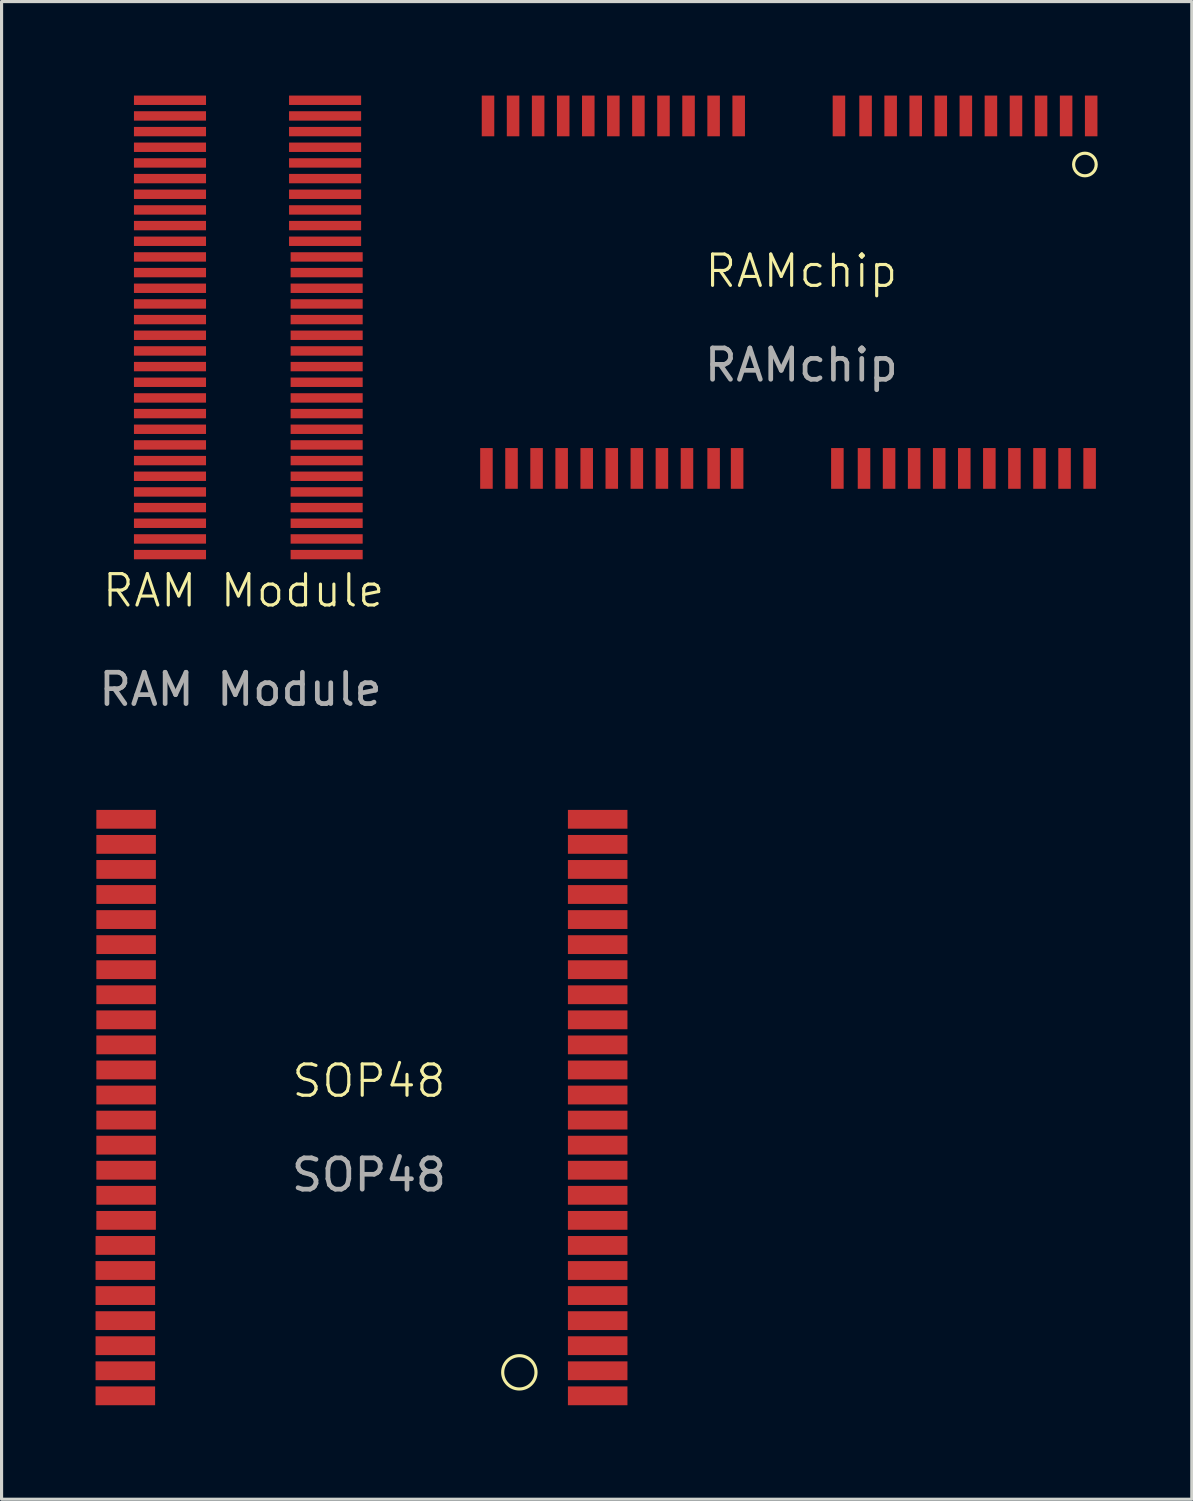
<source format=kicad_pcb>
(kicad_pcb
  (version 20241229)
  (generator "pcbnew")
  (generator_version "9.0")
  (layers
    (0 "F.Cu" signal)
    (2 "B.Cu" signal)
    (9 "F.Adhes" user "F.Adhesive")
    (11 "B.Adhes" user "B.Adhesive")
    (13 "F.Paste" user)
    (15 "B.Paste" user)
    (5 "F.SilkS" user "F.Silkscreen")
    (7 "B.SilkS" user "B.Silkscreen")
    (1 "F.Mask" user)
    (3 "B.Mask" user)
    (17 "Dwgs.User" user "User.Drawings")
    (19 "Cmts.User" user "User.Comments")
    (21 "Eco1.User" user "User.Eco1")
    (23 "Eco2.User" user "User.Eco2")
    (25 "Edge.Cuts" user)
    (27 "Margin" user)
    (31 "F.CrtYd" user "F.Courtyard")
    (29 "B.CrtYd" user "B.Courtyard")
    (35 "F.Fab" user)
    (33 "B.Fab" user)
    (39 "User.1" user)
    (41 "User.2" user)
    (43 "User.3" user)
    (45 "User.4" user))
  (footprint "SOP48"
    (layer "F.Cu")
    (at 8.725 31.948)
    (property "Reference" "SOP48" (at 0 -0.5 0) (unlocked yes) (layer "F.SilkS") (effects (font (size 1 1) (thickness 0.1))))
    (attr smd)
    (fp_circle (center 4.8 8.8) (end 5.2 9.15) (stroke (width 0.1) (type default)) (fill no) (layer "F.SilkS"))
    (fp_text user "${REFERENCE}" (at 0 2.5 0) (unlocked yes) (layer "F.Fab") (effects (font (size 1 1) (thickness 0.15))))
    (pad "1" smd rect (at 7.3 9.55 90) (size 0.6 1.9) (layers "F.Cu" "F.Mask" "F.Paste"))
    (pad "2" smd rect (at 7.3 8.75 90) (size 0.6 1.9) (layers "F.Cu" "F.Mask" "F.Paste"))
    (pad "3" smd rect (at 7.3 7.95 90) (size 0.6 1.9) (layers "F.Cu" "F.Mask" "F.Paste"))
    (pad "4" smd rect (at 7.3 7.15 90) (size 0.6 1.9) (layers "F.Cu" "F.Mask" "F.Paste"))
    (pad "5" smd rect (at 7.3 6.35 90) (size 0.6 1.9) (layers "F.Cu" "F.Mask" "F.Paste"))
    (pad "6" smd rect (at 7.3 5.55 90) (size 0.6 1.9) (layers "F.Cu" "F.Mask" "F.Paste"))
    (pad "7" smd rect (at 7.3 4.75 90) (size 0.6 1.9) (layers "F.Cu" "F.Mask" "F.Paste"))
    (pad "8" smd rect (at 7.3 3.95 90) (size 0.6 1.9) (layers "F.Cu" "F.Mask" "F.Paste"))
    (pad "9" smd rect (at 7.3 3.15 90) (size 0.6 1.9) (layers "F.Cu" "F.Mask" "F.Paste"))
    (pad "10" smd rect (at 7.3 2.35 90) (size 0.6 1.9) (layers "F.Cu" "F.Mask" "F.Paste"))
    (pad "11" smd rect (at 7.3 1.55 90) (size 0.6 1.9) (layers "F.Cu" "F.Mask" "F.Paste"))
    (pad "12" smd rect (at 7.3 0.75 90) (size 0.6 1.9) (layers "F.Cu" "F.Mask" "F.Paste"))
    (pad "13" smd rect (at 7.3 -0.05 90) (size 0.6 1.9) (layers "F.Cu" "F.Mask" "F.Paste"))
    (pad "14" smd rect (at 7.3 -0.85 90) (size 0.6 1.9) (layers "F.Cu" "F.Mask" "F.Paste"))
    (pad "15" smd rect (at 7.3 -1.65 90) (size 0.6 1.9) (layers "F.Cu" "F.Mask" "F.Paste"))
    (pad "16" smd rect (at 7.3 -2.45 90) (size 0.6 1.9) (layers "F.Cu" "F.Mask" "F.Paste"))
    (pad "17" smd rect (at 7.3 -3.25 90) (size 0.6 1.9) (layers "F.Cu" "F.Mask" "F.Paste"))
    (pad "18" smd rect (at 7.3 -4.05 90) (size 0.6 1.9) (layers "F.Cu" "F.Mask" "F.Paste"))
    (pad "19" smd rect (at 7.3 -4.85 90) (size 0.6 1.9) (layers "F.Cu" "F.Mask" "F.Paste"))
    (pad "20" smd rect (at 7.3 -5.65 90) (size 0.6 1.9) (layers "F.Cu" "F.Mask" "F.Paste"))
    (pad "21" smd rect (at 7.3 -6.45 90) (size 0.6 1.9) (layers "F.Cu" "F.Mask" "F.Paste"))
    (pad "22" smd rect (at 7.3 -7.25 90) (size 0.6 1.9) (layers "F.Cu" "F.Mask" "F.Paste"))
    (pad "23" smd rect (at 7.3 -8.05 90) (size 0.6 1.9) (layers "F.Cu" "F.Mask" "F.Paste"))
    (pad "24" smd rect (at 7.3 -8.85 90) (size 0.6 1.9) (layers "F.Cu" "F.Mask" "F.Paste"))
    (pad "25" smd rect (at -7.75 -8.85 90) (size 0.6 1.9) (layers "F.Cu" "F.Mask" "F.Paste"))
    (pad "26" smd rect (at -7.75 -8.05 90) (size 0.6 1.9) (layers "F.Cu" "F.Mask" "F.Paste"))
    (pad "27" smd rect (at -7.75 -7.25 90) (size 0.6 1.9) (layers "F.Cu" "F.Mask" "F.Paste"))
    (pad "28" smd rect (at -7.75 -6.45 90) (size 0.6 1.9) (layers "F.Cu" "F.Mask" "F.Paste"))
    (pad "29" smd rect (at -7.75 -5.65 90) (size 0.6 1.9) (layers "F.Cu" "F.Mask" "F.Paste"))
    (pad "30" smd rect (at -7.75 -4.85 90) (size 0.6 1.9) (layers "F.Cu" "F.Mask" "F.Paste"))
    (pad "31" smd rect (at -7.75 -4.05 90) (size 0.6 1.9) (layers "F.Cu" "F.Mask" "F.Paste"))
    (pad "32" smd rect (at -7.75 -3.25 90) (size 0.6 1.9) (layers "F.Cu" "F.Mask" "F.Paste"))
    (pad "33" smd rect (at -7.75 -2.45 90) (size 0.6 1.9) (layers "F.Cu" "F.Mask" "F.Paste"))
    (pad "34" smd rect (at -7.75 -1.65 90) (size 0.6 1.9) (layers "F.Cu" "F.Mask" "F.Paste"))
    (pad "35" smd rect (at -7.75 -0.85 90) (size 0.6 1.9) (layers "F.Cu" "F.Mask" "F.Paste"))
    (pad "36" smd rect (at -7.75 -0.05 90) (size 0.6 1.9) (layers "F.Cu" "F.Mask" "F.Paste"))
    (pad "37" smd rect (at -7.75 0.75 90) (size 0.6 1.9) (layers "F.Cu" "F.Mask" "F.Paste"))
    (pad "38" smd rect (at -7.75 1.55 90) (size 0.6 1.9) (layers "F.Cu" "F.Mask" "F.Paste"))
    (pad "39" smd rect (at -7.75 2.35 90) (size 0.6 1.9) (layers "F.Cu" "F.Mask" "F.Paste"))
    (pad "40" smd rect (at -7.75 3.15 90) (size 0.6 1.9) (layers "F.Cu" "F.Mask" "F.Paste"))
    (pad "41" smd rect (at -7.75 3.95 90) (size 0.6 1.9) (layers "F.Cu" "F.Mask" "F.Paste"))
    (pad "42" smd rect (at -7.775 4.75 90) (size 0.6 1.9) (layers "F.Cu" "F.Mask" "F.Paste"))
    (pad "43" smd rect (at -7.775 5.55 90) (size 0.6 1.9) (layers "F.Cu" "F.Mask" "F.Paste"))
    (pad "44" smd rect (at -7.775 6.35 90) (size 0.6 1.9) (layers "F.Cu" "F.Mask" "F.Paste"))
    (pad "45" smd rect (at -7.775 7.15 90) (size 0.6 1.9) (layers "F.Cu" "F.Mask" "F.Paste"))
    (pad "46" smd rect (at -7.775 7.95 90) (size 0.6 1.9) (layers "F.Cu" "F.Mask" "F.Paste"))
    (pad "47" smd rect (at -7.775 8.75 90) (size 0.6 1.9) (layers "F.Cu" "F.Mask" "F.Paste"))
    (pad "48" smd rect (at -7.775 9.55 90) (size 0.6 1.9) (layers "F.Cu" "F.Mask" "F.Paste")))
  (footprint "RAMchip"
    (layer "F.Cu")
    (at 22.525 6.1)
    (property "Reference" "RAMchip" (at 0 -0.5 0) (unlocked yes) (layer "F.SilkS") (effects (font (size 1 1) (thickness 0.1))))
    (attr smd)
    (fp_circle (center 9.05 -3.9) (end 9.35 -3.7) (stroke (width 0.1) (type default)) (fill no) (layer "F.SilkS"))
    (fp_text user "${REFERENCE}" (at 0 2.5 0) (unlocked yes) (layer "F.Fab") (effects (font (size 1 1) (thickness 0.15))))
    (pad "1" smd rect (at 9.25 -5.45 270) (size 1.3 0.4) (layers "F.Cu" "F.Mask" "F.Paste"))
    (pad "2" smd rect (at 8.45 -5.45 270) (size 1.3 0.4) (layers "F.Cu" "F.Mask" "F.Paste"))
    (pad "3" smd rect (at 7.65 -5.45 270) (size 1.3 0.4) (layers "F.Cu" "F.Mask" "F.Paste"))
    (pad "4" smd rect (at 6.85 -5.45 270) (size 1.3 0.4) (layers "F.Cu" "F.Mask" "F.Paste"))
    (pad "5" smd rect (at 6.05 -5.45 270) (size 1.3 0.4) (layers "F.Cu" "F.Mask" "F.Paste"))
    (pad "6" smd rect (at 5.25 -5.45 270) (size 1.3 0.4) (layers "F.Cu" "F.Mask" "F.Paste"))
    (pad "7" smd rect (at 4.45 -5.45 270) (size 1.3 0.4) (layers "F.Cu" "F.Mask" "F.Paste"))
    (pad "8" smd rect (at 3.65 -5.45 270) (size 1.3 0.4) (layers "F.Cu" "F.Mask" "F.Paste"))
    (pad "9" smd rect (at 2.85 -5.45 270) (size 1.3 0.4) (layers "F.Cu" "F.Mask" "F.Paste"))
    (pad "10" smd rect (at 2.05 -5.45 270) (size 1.3 0.4) (layers "F.Cu" "F.Mask" "F.Paste"))
    (pad "11" smd rect (at 1.2 -5.45 270) (size 1.3 0.4) (layers "F.Cu" "F.Mask" "F.Paste"))
    (pad "12" smd rect (at -2 -5.45 270) (size 1.3 0.4) (layers "F.Cu" "F.Mask" "F.Paste"))
    (pad "13" smd rect (at -2.8 -5.45 270) (size 1.3 0.4) (layers "F.Cu" "F.Mask" "F.Paste"))
    (pad "14" smd rect (at -3.6 -5.45 270) (size 1.3 0.4) (layers "F.Cu" "F.Mask" "F.Paste"))
    (pad "15" smd rect (at -4.4 -5.45 270) (size 1.3 0.4) (layers "F.Cu" "F.Mask" "F.Paste"))
    (pad "16" smd rect (at -5.2 -5.45 270) (size 1.3 0.4) (layers "F.Cu" "F.Mask" "F.Paste"))
    (pad "17" smd rect (at -6 -5.45 270) (size 1.3 0.4) (layers "F.Cu" "F.Mask" "F.Paste"))
    (pad "18" smd rect (at -6.8 -5.45 270) (size 1.3 0.4) (layers "F.Cu" "F.Mask" "F.Paste"))
    (pad "19" smd rect (at -7.6 -5.45 270) (size 1.3 0.4) (layers "F.Cu" "F.Mask" "F.Paste"))
    (pad "20" smd rect (at -8.4 -5.45 270) (size 1.3 0.4) (layers "F.Cu" "F.Mask" "F.Paste"))
    (pad "21" smd rect (at -9.2 -5.45 270) (size 1.3 0.4) (layers "F.Cu" "F.Mask" "F.Paste"))
    (pad "22" smd rect (at -10 -5.45 270) (size 1.3 0.4) (layers "F.Cu" "F.Mask" "F.Paste"))
    (pad "23" smd rect (at -10.05 5.8 270) (size 1.3 0.4) (layers "F.Cu" "F.Mask" "F.Paste"))
    (pad "24" smd rect (at -9.25 5.8 270) (size 1.3 0.4) (layers "F.Cu" "F.Mask" "F.Paste"))
    (pad "25" smd rect (at -8.45 5.8 270) (size 1.3 0.4) (layers "F.Cu" "F.Mask" "F.Paste"))
    (pad "26" smd rect (at -7.65 5.8 270) (size 1.3 0.4) (layers "F.Cu" "F.Mask" "F.Paste"))
    (pad "27" smd rect (at -6.85 5.8 270) (size 1.3 0.4) (layers "F.Cu" "F.Mask" "F.Paste"))
    (pad "28" smd rect (at -6.05 5.8 270) (size 1.3 0.4) (layers "F.Cu" "F.Mask" "F.Paste"))
    (pad "29" smd rect (at -5.25 5.8 270) (size 1.3 0.4) (layers "F.Cu" "F.Mask" "F.Paste"))
    (pad "30" smd rect (at -4.45 5.8 270) (size 1.3 0.4) (layers "F.Cu" "F.Mask" "F.Paste"))
    (pad "31" smd rect (at -3.65 5.8 270) (size 1.3 0.4) (layers "F.Cu" "F.Mask" "F.Paste"))
    (pad "32" smd rect (at -2.8 5.8 270) (size 1.3 0.4) (layers "F.Cu" "F.Mask" "F.Paste"))
    (pad "33" smd rect (at -2.05 5.8 270) (size 1.3 0.4) (layers "F.Cu" "F.Mask" "F.Paste"))
    (pad "34" smd rect (at 1.15 5.8 270) (size 1.3 0.4) (layers "F.Cu" "F.Mask" "F.Paste"))
    (pad "35" smd rect (at 2 5.8 270) (size 1.3 0.4) (layers "F.Cu" "F.Mask" "F.Paste"))
    (pad "36" smd rect (at 2.8 5.8 270) (size 1.3 0.4) (layers "F.Cu" "F.Mask" "F.Paste"))
    (pad "37" smd rect (at 3.6 5.8 270) (size 1.3 0.4) (layers "F.Cu" "F.Mask" "F.Paste"))
    (pad "38" smd rect (at 4.4 5.8 270) (size 1.3 0.4) (layers "F.Cu" "F.Mask" "F.Paste"))
    (pad "39" smd rect (at 5.2 5.8 270) (size 1.3 0.4) (layers "F.Cu" "F.Mask" "F.Paste"))
    (pad "40" smd rect (at 6 5.8 270) (size 1.3 0.4) (layers "F.Cu" "F.Mask" "F.Paste"))
    (pad "41" smd rect (at 6.8 5.8 270) (size 1.3 0.4) (layers "F.Cu" "F.Mask" "F.Paste"))
    (pad "42" smd rect (at 7.6 5.8 270) (size 1.3 0.4) (layers "F.Cu" "F.Mask" "F.Paste"))
    (pad "43" smd rect (at 8.4 5.8 270) (size 1.3 0.4) (layers "F.Cu" "F.Mask" "F.Paste"))
    (pad "44" smd rect (at 9.2 5.8 270) (size 1.3 0.4) (layers "F.Cu" "F.Mask" "F.Paste")))
  (footprint "RAM Module"
    (layer "F.Cu")
    (at 4.825 7.55)
    (property "Reference" "RAM Module" (at -0.1 8.25 0) (unlocked yes) (layer "F.SilkS") (effects (font (size 1 1) (thickness 0.1))))
    (attr smd)
    (fp_text user "${REFERENCE}" (at -0.2 11.4 0) (unlocked yes) (layer "F.Fab") (effects (font (size 1 1) (thickness 0.15))))
    (pad "1" smd rect (at 2.5 -7.4) (size 2.3 0.3) (layers "F.Cu" "F.Mask" "F.Paste"))
    (pad "2" smd rect (at 2.5 -6.9) (size 2.3 0.3) (layers "F.Cu" "F.Mask" "F.Paste"))
    (pad "3" smd rect (at 2.5 -6.4) (size 2.3 0.3) (layers "F.Cu" "F.Mask" "F.Paste"))
    (pad "4" smd rect (at 2.5 -5.9) (size 2.3 0.3) (layers "F.Cu" "F.Mask" "F.Paste"))
    (pad "5" smd rect (at 2.5 -5.4) (size 2.3 0.3) (layers "F.Cu" "F.Mask" "F.Paste"))
    (pad "6" smd rect (at 2.5 -4.9) (size 2.3 0.3) (layers "F.Cu" "F.Mask" "F.Paste"))
    (pad "7" smd rect (at 2.5 -4.4) (size 2.3 0.3) (layers "F.Cu" "F.Mask" "F.Paste"))
    (pad "8" smd rect (at 2.5 -3.9) (size 2.3 0.3) (layers "F.Cu" "F.Mask" "F.Paste"))
    (pad "9" smd rect (at 2.5 -3.4) (size 2.3 0.3) (layers "F.Cu" "F.Mask" "F.Paste"))
    (pad "10" smd rect (at 2.5 -2.9) (size 2.3 0.3) (layers "F.Cu" "F.Mask" "F.Paste"))
    (pad "11" smd rect (at 2.55 -2.4) (size 2.3 0.3) (layers "F.Cu" "F.Mask" "F.Paste"))
    (pad "12" smd rect (at 2.55 -1.9) (size 2.3 0.3) (layers "F.Cu" "F.Mask" "F.Paste"))
    (pad "13" smd rect (at 2.55 -1.4) (size 2.3 0.3) (layers "F.Cu" "F.Mask" "F.Paste"))
    (pad "14" smd rect (at 2.55 -0.9) (size 2.3 0.3) (layers "F.Cu" "F.Mask" "F.Paste"))
    (pad "15" smd rect (at 2.55 -0.4) (size 2.3 0.3) (layers "F.Cu" "F.Mask" "F.Paste"))
    (pad "16" smd rect (at 2.55 0.1) (size 2.3 0.3) (layers "F.Cu" "F.Mask" "F.Paste"))
    (pad "17" smd rect (at 2.55 0.6) (size 2.3 0.3) (layers "F.Cu" "F.Mask" "F.Paste"))
    (pad "18" smd rect (at 2.55 1.1) (size 2.3 0.3) (layers "F.Cu" "F.Mask" "F.Paste"))
    (pad "19" smd rect (at 2.55 1.6) (size 2.3 0.3) (layers "F.Cu" "F.Mask" "F.Paste"))
    (pad "20" smd rect (at 2.55 2.1) (size 2.3 0.3) (layers "F.Cu" "F.Mask" "F.Paste"))
    (pad "21" smd rect (at 2.55 2.6) (size 2.3 0.3) (layers "F.Cu" "F.Mask" "F.Paste"))
    (pad "22" smd rect (at 2.55 3.1) (size 2.3 0.3) (layers "F.Cu" "F.Mask" "F.Paste"))
    (pad "23" smd rect (at 2.55 3.6) (size 2.3 0.3) (layers "F.Cu" "F.Mask" "F.Paste"))
    (pad "24" smd rect (at 2.55 4.1) (size 2.3 0.3) (layers "F.Cu" "F.Mask" "F.Paste"))
    (pad "25" smd rect (at 2.55 4.6) (size 2.3 0.3) (layers "F.Cu" "F.Mask" "F.Paste"))
    (pad "26" smd rect (at 2.55 5.1) (size 2.3 0.3) (layers "F.Cu" "F.Mask" "F.Paste"))
    (pad "27" smd rect (at 2.55 5.6) (size 2.3 0.3) (layers "F.Cu" "F.Mask" "F.Paste"))
    (pad "28" smd rect (at 2.55 6.1) (size 2.3 0.3) (layers "F.Cu" "F.Mask" "F.Paste"))
    (pad "29" smd rect (at 2.55 6.6) (size 2.3 0.3) (layers "F.Cu" "F.Mask" "F.Paste"))
    (pad "30" smd rect (at 2.55 7.1) (size 2.3 0.3) (layers "F.Cu" "F.Mask" "F.Paste"))
    (pad "31" smd rect (at -2.45 7.1) (size 2.3 0.3) (layers "F.Cu" "F.Mask" "F.Paste"))
    (pad "32" smd rect (at -2.45 6.6) (size 2.3 0.3) (layers "F.Cu" "F.Mask" "F.Paste"))
    (pad "33" smd rect (at -2.45 6.1) (size 2.3 0.3) (layers "F.Cu" "F.Mask" "F.Paste"))
    (pad "34" smd rect (at -2.45 5.6) (size 2.3 0.3) (layers "F.Cu" "F.Mask" "F.Paste"))
    (pad "35" smd rect (at -2.45 5.1) (size 2.3 0.3) (layers "F.Cu" "F.Mask" "F.Paste"))
    (pad "36" smd rect (at -2.45 4.6) (size 2.3 0.3) (layers "F.Cu" "F.Mask" "F.Paste"))
    (pad "37" smd rect (at -2.45 4.1) (size 2.3 0.3) (layers "F.Cu" "F.Mask" "F.Paste"))
    (pad "38" smd rect (at -2.45 3.6) (size 2.3 0.3) (layers "F.Cu" "F.Mask" "F.Paste"))
    (pad "39" smd rect (at -2.45 3.1) (size 2.3 0.3) (layers "F.Cu" "F.Mask" "F.Paste"))
    (pad "40" smd rect (at -2.45 2.6) (size 2.3 0.3) (layers "F.Cu" "F.Mask" "F.Paste"))
    (pad "41" smd rect (at -2.45 2.1) (size 2.3 0.3) (layers "F.Cu" "F.Mask" "F.Paste"))
    (pad "42" smd rect (at -2.45 1.6) (size 2.3 0.3) (layers "F.Cu" "F.Mask" "F.Paste"))
    (pad "43" smd rect (at -2.45 1.1) (size 2.3 0.3) (layers "F.Cu" "F.Mask" "F.Paste"))
    (pad "44" smd rect (at -2.45 0.6) (size 2.3 0.3) (layers "F.Cu" "F.Mask" "F.Paste"))
    (pad "45" smd rect (at -2.45 0.1) (size 2.3 0.3) (layers "F.Cu" "F.Mask" "F.Paste"))
    (pad "46" smd rect (at -2.45 -0.4) (size 2.3 0.3) (layers "F.Cu" "F.Mask" "F.Paste"))
    (pad "47" smd rect (at -2.45 -0.9) (size 2.3 0.3) (layers "F.Cu" "F.Mask" "F.Paste"))
    (pad "48" smd rect (at -2.45 -1.4) (size 2.3 0.3) (layers "F.Cu" "F.Mask" "F.Paste"))
    (pad "49" smd rect (at -2.45 -1.9) (size 2.3 0.3) (layers "F.Cu" "F.Mask" "F.Paste"))
    (pad "50" smd rect (at -2.45 -2.4) (size 2.3 0.3) (layers "F.Cu" "F.Mask" "F.Paste"))
    (pad "51" smd rect (at -2.45 -2.9) (size 2.3 0.3) (layers "F.Cu" "F.Mask" "F.Paste"))
    (pad "52" smd rect (at -2.45 -3.4) (size 2.3 0.3) (layers "F.Cu" "F.Mask" "F.Paste"))
    (pad "53" smd rect (at -2.45 -3.9) (size 2.3 0.3) (layers "F.Cu" "F.Mask" "F.Paste"))
    (pad "54" smd rect (at -2.45 -4.4) (size 2.3 0.3) (layers "F.Cu" "F.Mask" "F.Paste"))
    (pad "55" smd rect (at -2.45 -4.9) (size 2.3 0.3) (layers "F.Cu" "F.Mask" "F.Paste"))
    (pad "56" smd rect (at -2.45 -5.4) (size 2.3 0.3) (layers "F.Cu" "F.Mask" "F.Paste"))
    (pad "57" smd rect (at -2.45 -5.9) (size 2.3 0.3) (layers "F.Cu" "F.Mask" "F.Paste"))
    (pad "58" smd rect (at -2.45 -6.4) (size 2.3 0.3) (layers "F.Cu" "F.Mask" "F.Paste"))
    (pad "59" smd rect (at -2.45 -6.9) (size 2.3 0.3) (layers "F.Cu" "F.Mask" "F.Paste"))
    (pad "60" smd rect (at -2.45 -7.4) (size 2.3 0.3) (layers "F.Cu" "F.Mask" "F.Paste")))
  (gr_rect
    (start -3 -3)
    (end 34.986 44.798)
    (stroke (width 0.1) (type default))
    (fill no)
    (layer "Edge.Cuts")))
</source>
